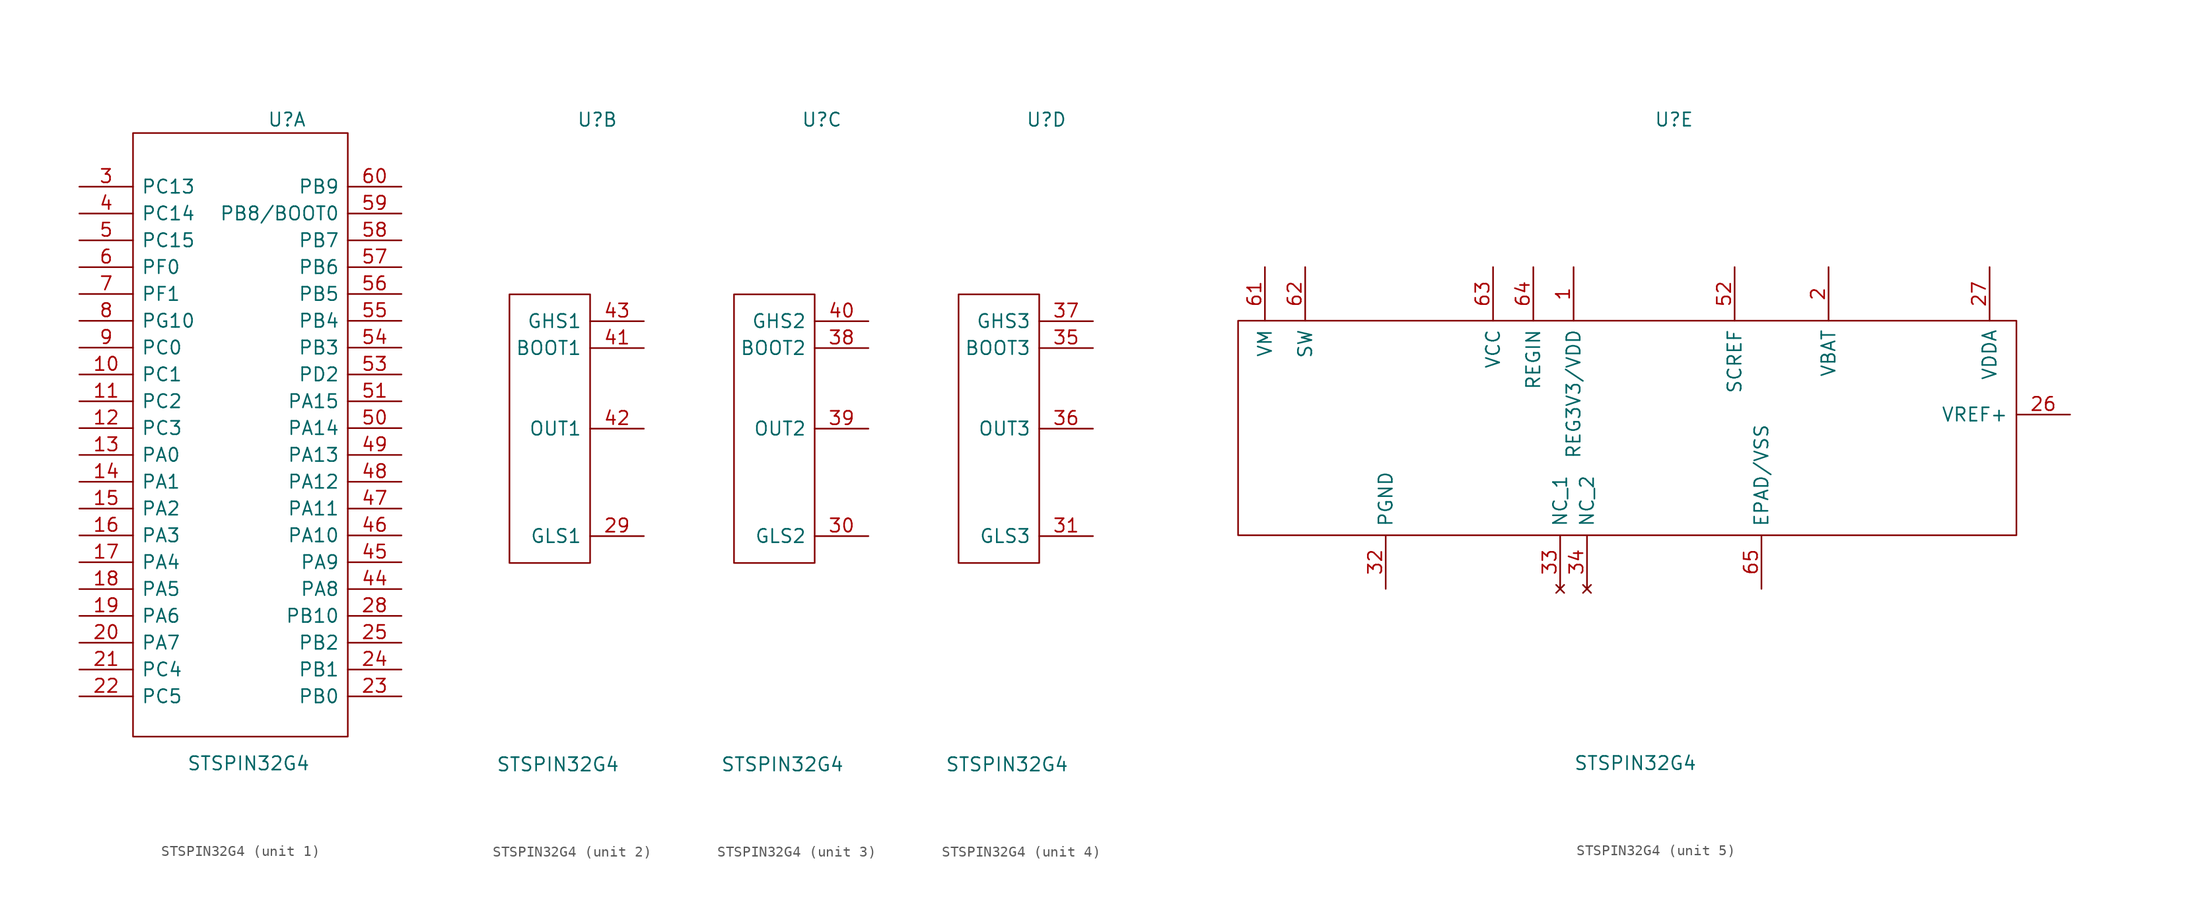
<source format=kicad_sym>
(kicad_symbol_lib
  (version 20231120)
  (generator "kicad_symbol_editor")
  (generator_version "8.0")
  (symbol "STSPIN32G4"
    (pin_names
      (offset 0.762))
    (property "Reference" "U"
      (at 2.54 29.21 0)
      (effects (font (size 1.27 1.27)) (justify left)))
    (property "Value" "STSPIN32G4"
      (at -5.08 -31.75 0)
      (effects (font (size 1.27 1.27)) (justify left)))
    (property "ki_locked" ""
      (at 0 0 0)
      (effects (font (size 1.27 1.27))))
    (symbol "STSPIN32G4_1_0"
      (pin passive line (at -15.24 5.08 0) (length 5.08) (name "PC1" (effects (font (size 1.27 1.27)))) (number "10" (effects (font (size 1.27 1.27)))))
      (pin passive line (at -15.24 2.54 0) (length 5.08) (name "PC2" (effects (font (size 1.27 1.27)))) (number "11" (effects (font (size 1.27 1.27)))))
      (pin passive line (at -15.24 0 0) (length 5.08) (name "PC3" (effects (font (size 1.27 1.27)))) (number "12" (effects (font (size 1.27 1.27)))))
      (pin passive line (at -15.24 -2.54 0) (length 5.08) (name "PA0" (effects (font (size 1.27 1.27)))) (number "13" (effects (font (size 1.27 1.27)))))
      (pin passive line (at -15.24 -5.08 0) (length 5.08) (name "PA1" (effects (font (size 1.27 1.27)))) (number "14" (effects (font (size 1.27 1.27)))))
      (pin passive line (at -15.24 -7.62 0) (length 5.08) (name "PA2" (effects (font (size 1.27 1.27)))) (number "15" (effects (font (size 1.27 1.27)))))
      (pin passive line (at -15.24 -10.16 0) (length 5.08) (name "PA3" (effects (font (size 1.27 1.27)))) (number "16" (effects (font (size 1.27 1.27)))))
      (pin passive line (at -15.24 -12.7 0) (length 5.08) (name "PA4" (effects (font (size 1.27 1.27)))) (number "17" (effects (font (size 1.27 1.27)))))
      (pin passive line (at -15.24 -15.24 0) (length 5.08) (name "PA5" (effects (font (size 1.27 1.27)))) (number "18" (effects (font (size 1.27 1.27)))))
      (pin passive line (at -15.24 -17.78 0) (length 5.08) (name "PA6" (effects (font (size 1.27 1.27)))) (number "19" (effects (font (size 1.27 1.27)))))
      (pin passive line (at -15.24 -20.32 0) (length 5.08) (name "PA7" (effects (font (size 1.27 1.27)))) (number "20" (effects (font (size 1.27 1.27)))))
      (pin passive line (at -15.24 -22.86 0) (length 5.08) (name "PC4" (effects (font (size 1.27 1.27)))) (number "21" (effects (font (size 1.27 1.27)))))
      (pin passive line (at -15.24 -25.4 0) (length 5.08) (name "PC5" (effects (font (size 1.27 1.27)))) (number "22" (effects (font (size 1.27 1.27)))))
      (pin passive line (at 15.24 -25.4 180) (length 5.08) (name "PB0" (effects (font (size 1.27 1.27)))) (number "23" (effects (font (size 1.27 1.27)))))
      (pin passive line (at 15.24 -22.86 180) (length 5.08) (name "PB1" (effects (font (size 1.27 1.27)))) (number "24" (effects (font (size 1.27 1.27)))))
      (pin passive line (at 15.24 -20.32 180) (length 5.08) (name "PB2" (effects (font (size 1.27 1.27)))) (number "25" (effects (font (size 1.27 1.27)))))
      (pin passive line (at 15.24 -17.78 180) (length 5.08) (name "PB10" (effects (font (size 1.27 1.27)))) (number "28" (effects (font (size 1.27 1.27)))))
      (pin passive line (at -15.24 22.86 0) (length 5.08) (name "PC13" (effects (font (size 1.27 1.27)))) (number "3" (effects (font (size 1.27 1.27)))))
      (pin passive line (at -15.24 20.32 0) (length 5.08) (name "PC14" (effects (font (size 1.27 1.27)))) (number "4" (effects (font (size 1.27 1.27)))))
      (pin passive line (at 15.24 -15.24 180) (length 5.08) (name "PA8" (effects (font (size 1.27 1.27)))) (number "44" (effects (font (size 1.27 1.27)))))
      (pin passive line (at 15.24 -12.7 180) (length 5.08) (name "PA9" (effects (font (size 1.27 1.27)))) (number "45" (effects (font (size 1.27 1.27)))))
      (pin passive line (at 15.24 -10.16 180) (length 5.08) (name "PA10" (effects (font (size 1.27 1.27)))) (number "46" (effects (font (size 1.27 1.27)))))
      (pin passive line (at 15.24 -7.62 180) (length 5.08) (name "PA11" (effects (font (size 1.27 1.27)))) (number "47" (effects (font (size 1.27 1.27)))))
      (pin passive line (at 15.24 -5.08 180) (length 5.08) (name "PA12" (effects (font (size 1.27 1.27)))) (number "48" (effects (font (size 1.27 1.27)))))
      (pin passive line (at 15.24 -2.54 180) (length 5.08) (name "PA13" (effects (font (size 1.27 1.27)))) (number "49" (effects (font (size 1.27 1.27)))))
      (pin passive line (at -15.24 17.78 0) (length 5.08) (name "PC15" (effects (font (size 1.27 1.27)))) (number "5" (effects (font (size 1.27 1.27)))))
      (pin passive line (at 15.24 0 180) (length 5.08) (name "PA14" (effects (font (size 1.27 1.27)))) (number "50" (effects (font (size 1.27 1.27)))))
      (pin passive line (at 15.24 2.54 180) (length 5.08) (name "PA15" (effects (font (size 1.27 1.27)))) (number "51" (effects (font (size 1.27 1.27)))))
      (pin passive line (at 15.24 5.08 180) (length 5.08) (name "PD2" (effects (font (size 1.27 1.27)))) (number "53" (effects (font (size 1.27 1.27)))))
      (pin passive line (at 15.24 7.62 180) (length 5.08) (name "PB3" (effects (font (size 1.27 1.27)))) (number "54" (effects (font (size 1.27 1.27)))))
      (pin passive line (at 15.24 10.16 180) (length 5.08) (name "PB4" (effects (font (size 1.27 1.27)))) (number "55" (effects (font (size 1.27 1.27)))))
      (pin passive line (at 15.24 12.7 180) (length 5.08) (name "PB5" (effects (font (size 1.27 1.27)))) (number "56" (effects (font (size 1.27 1.27)))))
      (pin passive line (at 15.24 15.24 180) (length 5.08) (name "PB6" (effects (font (size 1.27 1.27)))) (number "57" (effects (font (size 1.27 1.27)))))
      (pin passive line (at 15.24 17.78 180) (length 5.08) (name "PB7" (effects (font (size 1.27 1.27)))) (number "58" (effects (font (size 1.27 1.27)))))
      (pin passive line (at 15.24 20.32 180) (length 5.08) (name "PB8/BOOT0" (effects (font (size 1.27 1.27)))) (number "59" (effects (font (size 1.27 1.27)))))
      (pin passive line (at -15.24 15.24 0) (length 5.08) (name "PF0" (effects (font (size 1.27 1.27)))) (number "6" (effects (font (size 1.27 1.27)))))
      (pin passive line (at 15.24 22.86 180) (length 5.08) (name "PB9" (effects (font (size 1.27 1.27)))) (number "60" (effects (font (size 1.27 1.27)))))
      (pin passive line (at -15.24 12.7 0) (length 5.08) (name "PF1" (effects (font (size 1.27 1.27)))) (number "7" (effects (font (size 1.27 1.27)))))
      (pin passive line (at -15.24 10.16 0) (length 5.08) (name "PG10" (effects (font (size 1.27 1.27)))) (number "8" (effects (font (size 1.27 1.27)))))
      (pin passive line (at -15.24 7.62 0) (length 5.08) (name "PC0" (effects (font (size 1.27 1.27)))) (number "9" (effects (font (size 1.27 1.27))))))
    (symbol "STSPIN32G4_1_1"
      (polyline (pts (xy -10.16 27.94) (xy 10.16 27.94) (xy 10.16 -29.21) (xy -10.16 -29.21) (xy -10.16 27.94)) (stroke (width 0.152) (type default)) (fill (type none))))
    (symbol "STSPIN32G4_2_0"
      (pin passive line (at 8.89 -10.16 180) (length 5.08) (name "GLS1" (effects (font (size 1.27 1.27)))) (number "29" (effects (font (size 1.27 1.27)))))
      (pin passive line (at 8.89 7.62 180) (length 5.08) (name "BOOT1" (effects (font (size 1.27 1.27)))) (number "41" (effects (font (size 1.27 1.27)))))
      (pin passive line (at 8.89 0 180) (length 5.08) (name "OUT1" (effects (font (size 1.27 1.27)))) (number "42" (effects (font (size 1.27 1.27)))))
      (pin passive line (at 8.89 10.16 180) (length 5.08) (name "GHS1" (effects (font (size 1.27 1.27)))) (number "43" (effects (font (size 1.27 1.27))))))
    (symbol "STSPIN32G4_2_1"
      (rectangle (start -3.81 12.7) (end 3.81 -12.7) (stroke (width 0) (type default)) (fill (type none))))
    (symbol "STSPIN32G4_3_0"
      (pin passive line (at 8.89 -10.16 180) (length 5.08) (name "GLS2" (effects (font (size 1.27 1.27)))) (number "30" (effects (font (size 1.27 1.27)))))
      (pin passive line (at 8.89 7.62 180) (length 5.08) (name "BOOT2" (effects (font (size 1.27 1.27)))) (number "38" (effects (font (size 1.27 1.27)))))
      (pin passive line (at 8.89 0 180) (length 5.08) (name "OUT2" (effects (font (size 1.27 1.27)))) (number "39" (effects (font (size 1.27 1.27)))))
      (pin passive line (at 8.89 10.16 180) (length 5.08) (name "GHS2" (effects (font (size 1.27 1.27)))) (number "40" (effects (font (size 1.27 1.27))))))
    (symbol "STSPIN32G4_3_1"
      (rectangle (start -3.81 12.7) (end 3.81 -12.7) (stroke (width 0) (type default)) (fill (type none))))
    (symbol "STSPIN32G4_4_0"
      (pin passive line (at 8.89 -10.16 180) (length 5.08) (name "GLS3" (effects (font (size 1.27 1.27)))) (number "31" (effects (font (size 1.27 1.27)))))
      (pin passive line (at 8.89 7.62 180) (length 5.08) (name "BOOT3" (effects (font (size 1.27 1.27)))) (number "35" (effects (font (size 1.27 1.27)))))
      (pin passive line (at 8.89 0 180) (length 5.08) (name "OUT3" (effects (font (size 1.27 1.27)))) (number "36" (effects (font (size 1.27 1.27)))))
      (pin passive line (at 8.89 10.16 180) (length 5.08) (name "GHS3" (effects (font (size 1.27 1.27)))) (number "37" (effects (font (size 1.27 1.27))))))
    (symbol "STSPIN32G4_4_1"
      (rectangle (start -3.81 12.7) (end 3.81 -12.7) (stroke (width 0) (type default)) (fill (type none))))
    (symbol "STSPIN32G4_5_0"
      (pin passive line (at -5.08 15.24 270) (length 5.08) (name "REG3V3/VDD" (effects (font (size 1.27 1.27)))) (number "1" (effects (font (size 1.27 1.27)))))
      (pin passive line (at 19.05 15.24 270) (length 5.08) (name "VBAT" (effects (font (size 1.27 1.27)))) (number "2" (effects (font (size 1.27 1.27)))))
      (pin passive line (at 41.91 1.27 180) (length 5.08) (name "VREF+" (effects (font (size 1.27 1.27)))) (number "26" (effects (font (size 1.27 1.27)))))
      (pin passive line (at 34.29 15.24 270) (length 5.08) (name "VDDA" (effects (font (size 1.27 1.27)))) (number "27" (effects (font (size 1.27 1.27)))))
      (pin passive line (at -22.86 -15.24 90) (length 5.08) (name "PGND" (effects (font (size 1.27 1.27)))) (number "32" (effects (font (size 1.27 1.27)))))
      (pin no_connect line (at -6.35 -15.24 90) (length 5.08) (name "NC_1" (effects (font (size 1.27 1.27)))) (number "33" (effects (font (size 1.27 1.27)))))
      (pin no_connect line (at -3.81 -15.24 90) (length 5.08) (name "NC_2" (effects (font (size 1.27 1.27)))) (number "34" (effects (font (size 1.27 1.27)))))
      (pin passive line (at 10.16 15.24 270) (length 5.08) (name "SCREF" (effects (font (size 1.27 1.27)))) (number "52" (effects (font (size 1.27 1.27)))))
      (pin passive line (at -34.29 15.24 270) (length 5.08) (name "VM" (effects (font (size 1.27 1.27)))) (number "61" (effects (font (size 1.27 1.27)))))
      (pin passive line (at -30.48 15.24 270) (length 5.08) (name "SW" (effects (font (size 1.27 1.27)))) (number "62" (effects (font (size 1.27 1.27)))))
      (pin passive line (at -12.7 15.24 270) (length 5.08) (name "VCC" (effects (font (size 1.27 1.27)))) (number "63" (effects (font (size 1.27 1.27)))))
      (pin passive line (at -8.89 15.24 270) (length 5.08) (name "REGIN" (effects (font (size 1.27 1.27)))) (number "64" (effects (font (size 1.27 1.27)))))
      (pin passive line (at 12.7 -15.24 90) (length 5.08) (name "EPAD/VSS" (effects (font (size 1.27 1.27)))) (number "65" (effects (font (size 1.27 1.27))))))
    (symbol "STSPIN32G4_5_1"
      (rectangle (start -36.83 10.16) (end 36.83 -10.16) (stroke (width 0) (type default)) (fill (type none))))))
</source>
